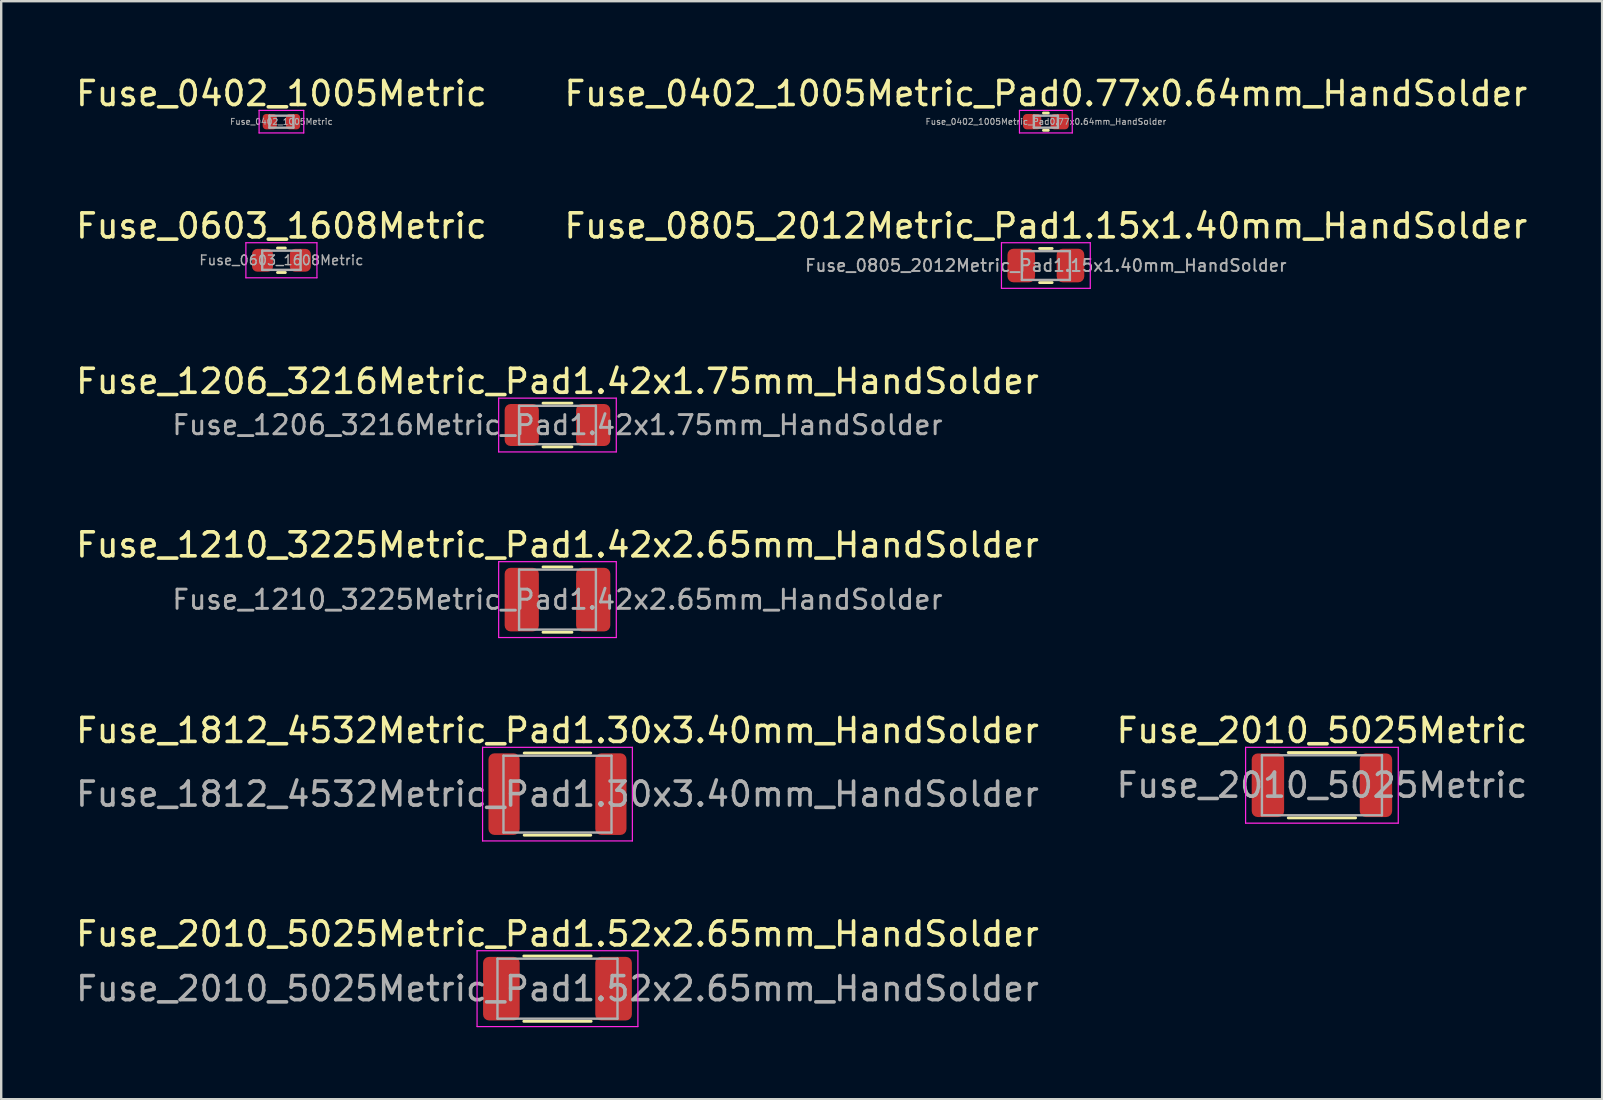
<source format=kicad_pcb>
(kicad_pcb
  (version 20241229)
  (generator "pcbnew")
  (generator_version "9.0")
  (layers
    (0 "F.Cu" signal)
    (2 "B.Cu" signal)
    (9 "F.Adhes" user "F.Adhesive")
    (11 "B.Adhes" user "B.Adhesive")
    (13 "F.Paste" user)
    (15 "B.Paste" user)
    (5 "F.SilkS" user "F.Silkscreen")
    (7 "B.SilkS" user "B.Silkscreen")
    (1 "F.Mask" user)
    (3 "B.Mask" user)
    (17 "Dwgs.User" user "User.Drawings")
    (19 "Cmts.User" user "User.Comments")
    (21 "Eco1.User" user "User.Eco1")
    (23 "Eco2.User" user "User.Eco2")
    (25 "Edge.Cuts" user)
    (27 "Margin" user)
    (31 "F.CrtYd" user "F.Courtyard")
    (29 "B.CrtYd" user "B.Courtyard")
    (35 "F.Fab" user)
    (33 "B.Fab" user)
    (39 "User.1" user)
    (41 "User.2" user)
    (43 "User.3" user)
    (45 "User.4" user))
  (footprint "Fuse_2010_5025Metric_Pad1.52x2.65mm_HandSolder"
    (layer "F.Cu")
    (at 20.173 38.135)
    (property "Reference" "Fuse_2010_5025Metric_Pad1.52x2.65mm_HandSolder" (at 0 -2.28 0) (layer "F.SilkS") (effects (font (size 1 1) (thickness 0.15))))
    (attr smd)
    (fp_line (start -1.402 -1.36) (end 1.402 -1.36) (stroke (width 0.12) (type solid)) (layer "F.SilkS"))
    (fp_line (start -1.402 1.36) (end 1.402 1.36) (stroke (width 0.12) (type solid)) (layer "F.SilkS"))
    (fp_line (start -3.35 -1.58) (end 3.35 -1.58) (stroke (width 0.05) (type solid)) (layer "F.CrtYd"))
    (fp_line (start -3.35 1.58) (end -3.35 -1.58) (stroke (width 0.05) (type solid)) (layer "F.CrtYd"))
    (fp_line (start 3.35 -1.58) (end 3.35 1.58) (stroke (width 0.05) (type solid)) (layer "F.CrtYd"))
    (fp_line (start 3.35 1.58) (end -3.35 1.58) (stroke (width 0.05) (type solid)) (layer "F.CrtYd"))
    (fp_line (start -2.5 -1.25) (end 2.5 -1.25) (stroke (width 0.1) (type solid)) (layer "F.Fab"))
    (fp_line (start -2.5 1.25) (end -2.5 -1.25) (stroke (width 0.1) (type solid)) (layer "F.Fab"))
    (fp_line (start 2.5 -1.25) (end 2.5 1.25) (stroke (width 0.1) (type solid)) (layer "F.Fab"))
    (fp_line (start 2.5 1.25) (end -2.5 1.25) (stroke (width 0.1) (type solid)) (layer "F.Fab"))
    (fp_text user "${REFERENCE}" (at 0 0 0) (layer "F.Fab") (effects (font (size 1 1) (thickness 0.15))))
    (pad "1" smd roundrect (at -2.337 0) (size 1.525 2.65) (layers "F.Cu" "F.Mask" "F.Paste") (roundrect_rratio 0.164))
    (pad "2" smd roundrect (at 2.337 0) (size 1.525 2.65) (layers "F.Cu" "F.Mask" "F.Paste") (roundrect_rratio 0.164)))
  (footprint "Fuse_0402_1005Metric_Pad0.77x0.64mm_HandSolder"
    (layer "F.Cu")
    (at 40.518 2.018)
    (property "Reference" "Fuse_0402_1005Metric_Pad0.77x0.64mm_HandSolder" (at 0 -1.17 0) (layer "F.SilkS") (effects (font (size 1 1) (thickness 0.15))))
    (attr smd)
    (fp_line (start -0.1 -0.36) (end 0.1 -0.36) (stroke (width 0.12) (type solid)) (layer "F.SilkS"))
    (fp_line (start -0.1 0.36) (end 0.1 0.36) (stroke (width 0.12) (type solid)) (layer "F.SilkS"))
    (fp_line (start -1.1 -0.47) (end 1.1 -0.47) (stroke (width 0.05) (type solid)) (layer "F.CrtYd"))
    (fp_line (start -1.1 0.47) (end -1.1 -0.47) (stroke (width 0.05) (type solid)) (layer "F.CrtYd"))
    (fp_line (start 1.1 -0.47) (end 1.1 0.47) (stroke (width 0.05) (type solid)) (layer "F.CrtYd"))
    (fp_line (start 1.1 0.47) (end -1.1 0.47) (stroke (width 0.05) (type solid)) (layer "F.CrtYd"))
    (fp_line (start -0.5 -0.25) (end 0.5 -0.25) (stroke (width 0.1) (type solid)) (layer "F.Fab"))
    (fp_line (start -0.5 0.25) (end -0.5 -0.25) (stroke (width 0.1) (type solid)) (layer "F.Fab"))
    (fp_line (start 0.5 -0.25) (end 0.5 0.25) (stroke (width 0.1) (type solid)) (layer "F.Fab"))
    (fp_line (start 0.5 0.25) (end -0.5 0.25) (stroke (width 0.1) (type solid)) (layer "F.Fab"))
    (fp_text user "${REFERENCE}" (at 0 0 0) (layer "F.Fab") (effects (font (size 0.25 0.25) (thickness 0.04))))
    (pad "1" smd roundrect (at -0.573 0) (size 0.765 0.64) (layers "F.Cu" "F.Mask" "F.Paste") (roundrect_rratio 0.25))
    (pad "2" smd roundrect (at 0.573 0) (size 0.765 0.64) (layers "F.Cu" "F.Mask" "F.Paste") (roundrect_rratio 0.25)))
  (footprint "Fuse_0805_2012Metric_Pad1.15x1.40mm_HandSolder"
    (layer "F.Cu")
    (at 40.518 8.011)
    (property "Reference" "Fuse_0805_2012Metric_Pad1.15x1.40mm_HandSolder" (at 0 -1.65 0) (layer "F.SilkS") (effects (font (size 1 1) (thickness 0.15))))
    (attr smd)
    (fp_line (start -0.261 -0.71) (end 0.261 -0.71) (stroke (width 0.12) (type solid)) (layer "F.SilkS"))
    (fp_line (start -0.261 0.71) (end 0.261 0.71) (stroke (width 0.12) (type solid)) (layer "F.SilkS"))
    (fp_line (start -1.85 -0.95) (end 1.85 -0.95) (stroke (width 0.05) (type solid)) (layer "F.CrtYd"))
    (fp_line (start -1.85 0.95) (end -1.85 -0.95) (stroke (width 0.05) (type solid)) (layer "F.CrtYd"))
    (fp_line (start 1.85 -0.95) (end 1.85 0.95) (stroke (width 0.05) (type solid)) (layer "F.CrtYd"))
    (fp_line (start 1.85 0.95) (end -1.85 0.95) (stroke (width 0.05) (type solid)) (layer "F.CrtYd"))
    (fp_line (start -1 -0.6) (end 1 -0.6) (stroke (width 0.1) (type solid)) (layer "F.Fab"))
    (fp_line (start -1 0.6) (end -1 -0.6) (stroke (width 0.1) (type solid)) (layer "F.Fab"))
    (fp_line (start 1 -0.6) (end 1 0.6) (stroke (width 0.1) (type solid)) (layer "F.Fab"))
    (fp_line (start 1 0.6) (end -1 0.6) (stroke (width 0.1) (type solid)) (layer "F.Fab"))
    (fp_text user "${REFERENCE}" (at 0 0 0) (layer "F.Fab") (effects (font (size 0.5 0.5) (thickness 0.08))))
    (pad "1" smd roundrect (at -1.025 0) (size 1.15 1.4) (layers "F.Cu" "F.Mask" "F.Paste") (roundrect_rratio 0.217))
    (pad "2" smd roundrect (at 1.025 0) (size 1.15 1.4) (layers "F.Cu" "F.Mask" "F.Paste") (roundrect_rratio 0.217)))
  (footprint "Fuse_1210_3225Metric_Pad1.42x2.65mm_HandSolder"
    (layer "F.Cu")
    (at 20.173 21.928)
    (property "Reference" "Fuse_1210_3225Metric_Pad1.42x2.65mm_HandSolder" (at 0 -2.28 0) (layer "F.SilkS") (effects (font (size 1 1) (thickness 0.15))))
    (attr smd)
    (fp_line (start -0.602 -1.36) (end 0.602 -1.36) (stroke (width 0.12) (type solid)) (layer "F.SilkS"))
    (fp_line (start -0.602 1.36) (end 0.602 1.36) (stroke (width 0.12) (type solid)) (layer "F.SilkS"))
    (fp_line (start -2.45 -1.58) (end 2.45 -1.58) (stroke (width 0.05) (type solid)) (layer "F.CrtYd"))
    (fp_line (start -2.45 1.58) (end -2.45 -1.58) (stroke (width 0.05) (type solid)) (layer "F.CrtYd"))
    (fp_line (start 2.45 -1.58) (end 2.45 1.58) (stroke (width 0.05) (type solid)) (layer "F.CrtYd"))
    (fp_line (start 2.45 1.58) (end -2.45 1.58) (stroke (width 0.05) (type solid)) (layer "F.CrtYd"))
    (fp_line (start -1.6 -1.25) (end 1.6 -1.25) (stroke (width 0.1) (type solid)) (layer "F.Fab"))
    (fp_line (start -1.6 1.25) (end -1.6 -1.25) (stroke (width 0.1) (type solid)) (layer "F.Fab"))
    (fp_line (start 1.6 -1.25) (end 1.6 1.25) (stroke (width 0.1) (type solid)) (layer "F.Fab"))
    (fp_line (start 1.6 1.25) (end -1.6 1.25) (stroke (width 0.1) (type solid)) (layer "F.Fab"))
    (fp_text user "${REFERENCE}" (at 0 0 0) (layer "F.Fab") (effects (font (size 0.8 0.8) (thickness 0.12))))
    (pad "1" smd roundrect (at -1.488 0) (size 1.425 2.65) (layers "F.Cu" "F.Mask" "F.Paste") (roundrect_rratio 0.175))
    (pad "2" smd roundrect (at 1.488 0) (size 1.425 2.65) (layers "F.Cu" "F.Mask" "F.Paste") (roundrect_rratio 0.175)))
  (footprint "Fuse_0402_1005Metric"
    (layer "F.Cu")
    (at 8.673 2.018)
    (property "Reference" "Fuse_0402_1005Metric" (at 0 -1.17 0) (layer "F.SilkS") (effects (font (size 1 1) (thickness 0.15))))
    (attr smd)
    (fp_line (start -0.93 -0.47) (end 0.93 -0.47) (stroke (width 0.05) (type solid)) (layer "F.CrtYd"))
    (fp_line (start -0.93 0.47) (end -0.93 -0.47) (stroke (width 0.05) (type solid)) (layer "F.CrtYd"))
    (fp_line (start 0.93 -0.47) (end 0.93 0.47) (stroke (width 0.05) (type solid)) (layer "F.CrtYd"))
    (fp_line (start 0.93 0.47) (end -0.93 0.47) (stroke (width 0.05) (type solid)) (layer "F.CrtYd"))
    (fp_line (start -0.5 -0.25) (end 0.5 -0.25) (stroke (width 0.1) (type solid)) (layer "F.Fab"))
    (fp_line (start -0.5 0.25) (end -0.5 -0.25) (stroke (width 0.1) (type solid)) (layer "F.Fab"))
    (fp_line (start 0.5 -0.25) (end 0.5 0.25) (stroke (width 0.1) (type solid)) (layer "F.Fab"))
    (fp_line (start 0.5 0.25) (end -0.5 0.25) (stroke (width 0.1) (type solid)) (layer "F.Fab"))
    (fp_text user "${REFERENCE}" (at 0 0 0) (layer "F.Fab") (effects (font (size 0.25 0.25) (thickness 0.04))))
    (pad "1" smd roundrect (at -0.485 0) (size 0.59 0.64) (layers "F.Cu" "F.Mask" "F.Paste") (roundrect_rratio 0.25))
    (pad "2" smd roundrect (at 0.485 0) (size 0.59 0.64) (layers "F.Cu" "F.Mask" "F.Paste") (roundrect_rratio 0.25)))
  (footprint "Fuse_1812_4532Metric_Pad1.30x3.40mm_HandSolder"
    (layer "F.Cu")
    (at 20.173 30.031)
    (property "Reference" "Fuse_1812_4532Metric_Pad1.30x3.40mm_HandSolder" (at 0 -2.65 0) (layer "F.SilkS") (effects (font (size 1 1) (thickness 0.15))))
    (attr smd)
    (fp_line (start -1.386 -1.71) (end 1.386 -1.71) (stroke (width 0.12) (type solid)) (layer "F.SilkS"))
    (fp_line (start -1.386 1.71) (end 1.386 1.71) (stroke (width 0.12) (type solid)) (layer "F.SilkS"))
    (fp_line (start -3.12 -1.95) (end 3.12 -1.95) (stroke (width 0.05) (type solid)) (layer "F.CrtYd"))
    (fp_line (start -3.12 1.95) (end -3.12 -1.95) (stroke (width 0.05) (type solid)) (layer "F.CrtYd"))
    (fp_line (start 3.12 -1.95) (end 3.12 1.95) (stroke (width 0.05) (type solid)) (layer "F.CrtYd"))
    (fp_line (start 3.12 1.95) (end -3.12 1.95) (stroke (width 0.05) (type solid)) (layer "F.CrtYd"))
    (fp_line (start -2.25 -1.6) (end 2.25 -1.6) (stroke (width 0.1) (type solid)) (layer "F.Fab"))
    (fp_line (start -2.25 1.6) (end -2.25 -1.6) (stroke (width 0.1) (type solid)) (layer "F.Fab"))
    (fp_line (start 2.25 -1.6) (end 2.25 1.6) (stroke (width 0.1) (type solid)) (layer "F.Fab"))
    (fp_line (start 2.25 1.6) (end -2.25 1.6) (stroke (width 0.1) (type solid)) (layer "F.Fab"))
    (fp_text user "${REFERENCE}" (at 0 0 0) (layer "F.Fab") (effects (font (size 1 1) (thickness 0.15))))
    (pad "1" smd roundrect (at -2.225 0) (size 1.3 3.4) (layers "F.Cu" "F.Mask" "F.Paste") (roundrect_rratio 0.192))
    (pad "2" smd roundrect (at 2.225 0) (size 1.3 3.4) (layers "F.Cu" "F.Mask" "F.Paste") (roundrect_rratio 0.192)))
  (footprint "Fuse_1206_3216Metric_Pad1.42x1.75mm_HandSolder"
    (layer "F.Cu")
    (at 20.173 14.655)
    (property "Reference" "Fuse_1206_3216Metric_Pad1.42x1.75mm_HandSolder" (at 0 -1.82 0) (layer "F.SilkS") (effects (font (size 1 1) (thickness 0.15))))
    (attr smd)
    (fp_line (start -0.602 -0.91) (end 0.602 -0.91) (stroke (width 0.12) (type solid)) (layer "F.SilkS"))
    (fp_line (start -0.602 0.91) (end 0.602 0.91) (stroke (width 0.12) (type solid)) (layer "F.SilkS"))
    (fp_line (start -2.45 -1.12) (end 2.45 -1.12) (stroke (width 0.05) (type solid)) (layer "F.CrtYd"))
    (fp_line (start -2.45 1.12) (end -2.45 -1.12) (stroke (width 0.05) (type solid)) (layer "F.CrtYd"))
    (fp_line (start 2.45 -1.12) (end 2.45 1.12) (stroke (width 0.05) (type solid)) (layer "F.CrtYd"))
    (fp_line (start 2.45 1.12) (end -2.45 1.12) (stroke (width 0.05) (type solid)) (layer "F.CrtYd"))
    (fp_line (start -1.6 -0.8) (end 1.6 -0.8) (stroke (width 0.1) (type solid)) (layer "F.Fab"))
    (fp_line (start -1.6 0.8) (end -1.6 -0.8) (stroke (width 0.1) (type solid)) (layer "F.Fab"))
    (fp_line (start 1.6 -0.8) (end 1.6 0.8) (stroke (width 0.1) (type solid)) (layer "F.Fab"))
    (fp_line (start 1.6 0.8) (end -1.6 0.8) (stroke (width 0.1) (type solid)) (layer "F.Fab"))
    (fp_text user "${REFERENCE}" (at 0 0 0) (layer "F.Fab") (effects (font (size 0.8 0.8) (thickness 0.12))))
    (pad "1" smd roundrect (at -1.488 0) (size 1.425 1.75) (layers "F.Cu" "F.Mask" "F.Paste") (roundrect_rratio 0.175))
    (pad "2" smd roundrect (at 1.488 0) (size 1.425 1.75) (layers "F.Cu" "F.Mask" "F.Paste") (roundrect_rratio 0.175)))
  (footprint "Fuse_2010_5025Metric"
    (layer "F.Cu")
    (at 52.018 29.661)
    (property "Reference" "Fuse_2010_5025Metric" (at 0 -2.28 0) (layer "F.SilkS") (effects (font (size 1 1) (thickness 0.15))))
    (attr smd)
    (fp_line (start -1.402 -1.36) (end 1.402 -1.36) (stroke (width 0.12) (type solid)) (layer "F.SilkS"))
    (fp_line (start -1.402 1.36) (end 1.402 1.36) (stroke (width 0.12) (type solid)) (layer "F.SilkS"))
    (fp_line (start -3.18 -1.58) (end 3.18 -1.58) (stroke (width 0.05) (type solid)) (layer "F.CrtYd"))
    (fp_line (start -3.18 1.58) (end -3.18 -1.58) (stroke (width 0.05) (type solid)) (layer "F.CrtYd"))
    (fp_line (start 3.18 -1.58) (end 3.18 1.58) (stroke (width 0.05) (type solid)) (layer "F.CrtYd"))
    (fp_line (start 3.18 1.58) (end -3.18 1.58) (stroke (width 0.05) (type solid)) (layer "F.CrtYd"))
    (fp_line (start -2.5 -1.25) (end 2.5 -1.25) (stroke (width 0.1) (type solid)) (layer "F.Fab"))
    (fp_line (start -2.5 1.25) (end -2.5 -1.25) (stroke (width 0.1) (type solid)) (layer "F.Fab"))
    (fp_line (start 2.5 -1.25) (end 2.5 1.25) (stroke (width 0.1) (type solid)) (layer "F.Fab"))
    (fp_line (start 2.5 1.25) (end -2.5 1.25) (stroke (width 0.1) (type solid)) (layer "F.Fab"))
    (fp_text user "${REFERENCE}" (at 0 0 0) (layer "F.Fab") (effects (font (size 1 1) (thickness 0.15))))
    (pad "1" smd roundrect (at -2.25 0) (size 1.35 2.65) (layers "F.Cu" "F.Mask" "F.Paste") (roundrect_rratio 0.185))
    (pad "2" smd roundrect (at 2.25 0) (size 1.35 2.65) (layers "F.Cu" "F.Mask" "F.Paste") (roundrect_rratio 0.185)))
  (footprint "Fuse_0603_1608Metric"
    (layer "F.Cu")
    (at 8.673 7.792)
    (property "Reference" "Fuse_0603_1608Metric" (at 0 -1.43 0) (layer "F.SilkS") (effects (font (size 1 1) (thickness 0.15))))
    (attr smd)
    (fp_line (start -0.163 -0.51) (end 0.163 -0.51) (stroke (width 0.12) (type solid)) (layer "F.SilkS"))
    (fp_line (start -0.163 0.51) (end 0.163 0.51) (stroke (width 0.12) (type solid)) (layer "F.SilkS"))
    (fp_line (start -1.48 -0.73) (end 1.48 -0.73) (stroke (width 0.05) (type solid)) (layer "F.CrtYd"))
    (fp_line (start -1.48 0.73) (end -1.48 -0.73) (stroke (width 0.05) (type solid)) (layer "F.CrtYd"))
    (fp_line (start 1.48 -0.73) (end 1.48 0.73) (stroke (width 0.05) (type solid)) (layer "F.CrtYd"))
    (fp_line (start 1.48 0.73) (end -1.48 0.73) (stroke (width 0.05) (type solid)) (layer "F.CrtYd"))
    (fp_line (start -0.8 -0.4) (end 0.8 -0.4) (stroke (width 0.1) (type solid)) (layer "F.Fab"))
    (fp_line (start -0.8 0.4) (end -0.8 -0.4) (stroke (width 0.1) (type solid)) (layer "F.Fab"))
    (fp_line (start 0.8 -0.4) (end 0.8 0.4) (stroke (width 0.1) (type solid)) (layer "F.Fab"))
    (fp_line (start 0.8 0.4) (end -0.8 0.4) (stroke (width 0.1) (type solid)) (layer "F.Fab"))
    (fp_text user "${REFERENCE}" (at 0 0 0) (layer "F.Fab") (effects (font (size 0.4 0.4) (thickness 0.06))))
    (pad "1" smd roundrect (at -0.787 0) (size 0.875 0.95) (layers "F.Cu" "F.Mask" "F.Paste") (roundrect_rratio 0.25))
    (pad "2" smd roundrect (at 0.787 0) (size 0.875 0.95) (layers "F.Cu" "F.Mask" "F.Paste") (roundrect_rratio 0.25)))
  (gr_rect
    (start -3 -3)
    (end 63.69 42.739)
    (stroke (width 0.1) (type default))
    (fill no)
    (layer "Edge.Cuts")))
</source>
